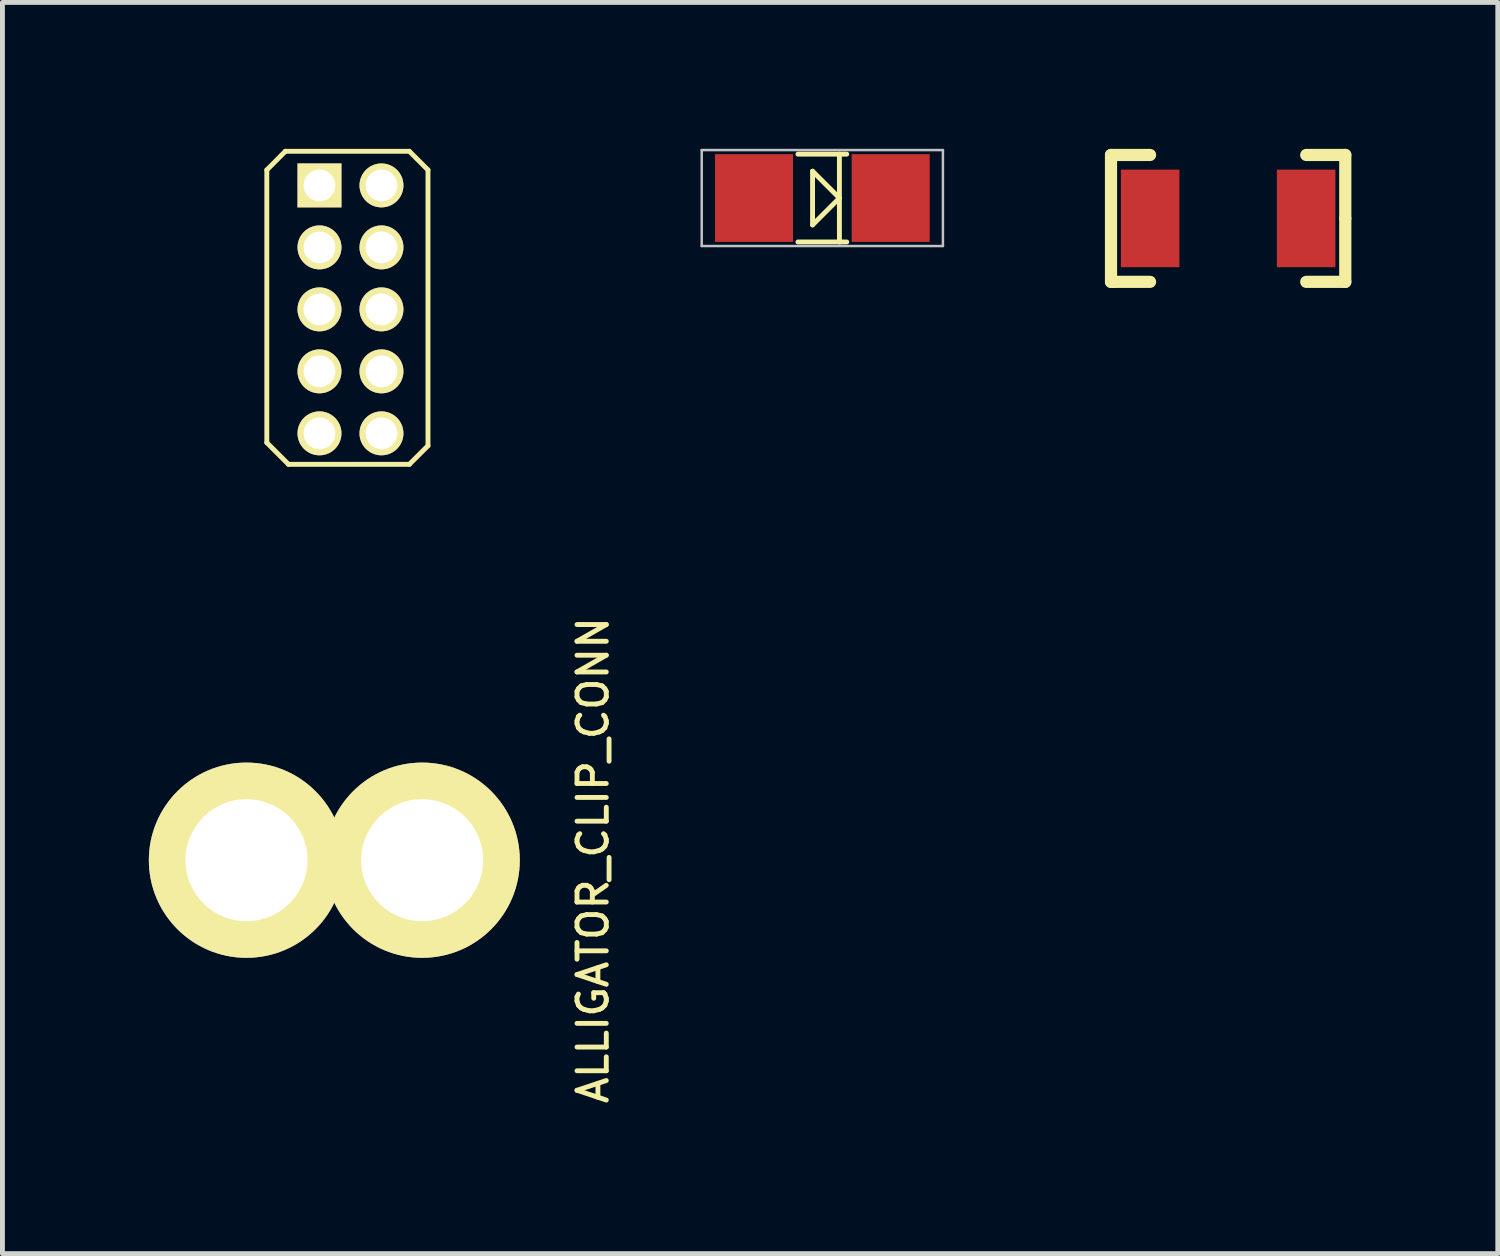
<source format=kicad_pcb>
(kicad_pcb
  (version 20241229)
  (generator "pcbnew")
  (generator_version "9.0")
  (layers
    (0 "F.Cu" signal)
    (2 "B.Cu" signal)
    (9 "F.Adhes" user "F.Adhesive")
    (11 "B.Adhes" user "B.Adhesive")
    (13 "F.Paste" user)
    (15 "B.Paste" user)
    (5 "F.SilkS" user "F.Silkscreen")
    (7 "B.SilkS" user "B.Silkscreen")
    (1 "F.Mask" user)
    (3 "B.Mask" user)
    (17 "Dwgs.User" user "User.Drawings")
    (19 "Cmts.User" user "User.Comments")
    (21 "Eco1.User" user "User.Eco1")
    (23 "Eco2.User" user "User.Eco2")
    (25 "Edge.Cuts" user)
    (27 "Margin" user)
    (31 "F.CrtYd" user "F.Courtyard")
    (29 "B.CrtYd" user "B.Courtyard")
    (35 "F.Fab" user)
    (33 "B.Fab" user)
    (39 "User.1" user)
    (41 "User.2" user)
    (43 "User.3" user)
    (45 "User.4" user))
  (footprint "1206_DIODE"
    (layer "F.Cu")
    (at 13.799 1.008)
    (property "Reference" "1206_DIODE" (at 0 0 0) (layer "Eco1.User") (effects (font (size 0.6 0.6) (thickness 0.1))))
    (attr through_hole)
    (fp_line (start -0.5 -0.9) (end 0.5 -0.9) (stroke (width 0.1) (type solid)) (layer "F.SilkS"))
    (fp_line (start -0.5 0.9) (end 0.5 0.9) (stroke (width 0.1) (type solid)) (layer "F.SilkS"))
    (fp_line (start -0.2 -0.55) (end -0.2 0.55) (stroke (width 0.1) (type solid)) (layer "F.SilkS"))
    (fp_line (start -0.2 0.55) (end 0.35 0) (stroke (width 0.1) (type solid)) (layer "F.SilkS"))
    (fp_line (start 0.35 -0.9) (end 0.35 0.9) (stroke (width 0.1) (type solid)) (layer "F.SilkS"))
    (fp_line (start 0.35 0) (end -0.2 -0.55) (stroke (width 0.1) (type solid)) (layer "F.SilkS"))
    (fp_line (start -2.471 -0.983) (end 2.471 -0.983) (stroke (width 0.051) (type solid)) (layer "Dwgs.User"))
    (fp_line (start -2.471 0.983) (end -2.471 -0.983) (stroke (width 0.051) (type solid)) (layer "Dwgs.User"))
    (fp_line (start 2.471 -0.983) (end 2.471 0.983) (stroke (width 0.051) (type solid)) (layer "Dwgs.User"))
    (fp_line (start 2.471 0.983) (end -2.471 0.983) (stroke (width 0.051) (type solid)) (layer "Dwgs.User"))
    (pad "A" smd rect (at -1.4 0) (size 1.598 1.798) (layers "F.Cu" "F.Mask" "F.Paste"))
    (pad "K" smd rect (at 1.4 0) (size 1.598 1.798) (layers "F.Cu" "F.Mask" "F.Paste")))
  (footprint "2X5_127MMPITCH"
    (layer "F.Cu")
    (at 3.496 5.829)
    (property "Reference" "2X5_127MMPITCH" (at 0.508 -4.445 180) (layer "Eco1.User") (effects (font (size 0.6 0.6) (thickness 0.1))))
    (attr through_hole)
    (fp_line (start -1.079 -5.397) (end -1.079 0.191) (stroke (width 0.1) (type solid)) (layer "F.SilkS"))
    (fp_line (start -0.699 -5.779) (end -1.079 -5.397) (stroke (width 0.1) (type solid)) (layer "F.SilkS"))
    (fp_line (start -0.699 -5.779) (end 1.841 -5.779) (stroke (width 0.1) (type solid)) (layer "F.SilkS"))
    (fp_line (start -0.635 0.635) (end -1.079 0.191) (stroke (width 0.1) (type solid)) (layer "F.SilkS"))
    (fp_line (start -0.635 0.635) (end 1.841 0.635) (stroke (width 0.1) (type solid)) (layer "F.SilkS"))
    (fp_line (start 1.841 0.635) (end 2.223 0.254) (stroke (width 0.1) (type solid)) (layer "F.SilkS"))
    (fp_line (start 2.223 -5.397) (end 1.841 -5.779) (stroke (width 0.1) (type solid)) (layer "F.SilkS"))
    (fp_line (start 2.223 0.254) (end 2.223 -5.397) (stroke (width 0.1) (type solid)) (layer "F.SilkS"))
    (pad "1" thru_hole rect (at 0 -5.08) (size 0.9 0.9) (drill 0.65) (layers "*.Cu" "*.Mask" "F.SilkS"))
    (pad "2" thru_hole circle (at 1.27 -5.08) (size 0.9 0.9) (drill 0.65) (layers "*.Cu" "*.Mask" "F.SilkS"))
    (pad "3" thru_hole circle (at 0 -3.81) (size 0.9 0.9) (drill 0.65) (layers "*.Cu" "*.Mask" "F.SilkS"))
    (pad "4" thru_hole circle (at 1.27 -3.81) (size 0.9 0.9) (drill 0.65) (layers "*.Cu" "*.Mask" "F.SilkS"))
    (pad "5" thru_hole circle (at 0 -2.54) (size 0.9 0.9) (drill 0.65) (layers "*.Cu" "*.Mask" "F.SilkS"))
    (pad "6" thru_hole circle (at 1.27 -2.54) (size 0.9 0.9) (drill 0.65) (layers "*.Cu" "*.Mask" "F.SilkS"))
    (pad "7" thru_hole circle (at 0 -1.27) (size 0.9 0.9) (drill 0.65) (layers "*.Cu" "*.Mask" "F.SilkS"))
    (pad "8" thru_hole circle (at 1.27 -1.27) (size 0.9 0.9) (drill 0.65) (layers "*.Cu" "*.Mask" "F.SilkS"))
    (pad "9" thru_hole circle (at 0 0) (size 0.9 0.9) (drill 0.65) (layers "*.Cu" "*.Mask" "F.SilkS"))
    (pad "10" thru_hole circle (at 1.27 0) (size 0.9 0.9) (drill 0.65) (layers "*.Cu" "*.Mask" "F.SilkS")))
  (footprint "ALLIGATOR_CLIP_CONN"
    (layer "F.Cu")
    (at 3.8 14.575)
    (property "Reference" "ALLIGATOR_CLIP_CONN" (at 5.3 0 90) (layer "F.SilkS") (effects (font (size 0.6 0.6) (thickness 0.1))))
    (attr through_hole)
    (pad "1" thru_hole circle (at -1.8 0) (size 4 4) (drill 2.5) (layers "*.Cu" "*.Mask" "F.SilkS"))
    (pad "1" thru_hole circle (at 1.8 0) (size 4 4) (drill 2.5) (layers "*.Cu" "*.Mask" "F.SilkS")))
  (footprint "1210_CAP"
    (layer "F.Cu")
    (at 22.114 1.425)
    (property "Reference" "1210_CAP" (at 0 0 0) (layer "Eco1.User") (effects (font (size 0.6 0.6) (thickness 0.1))))
    (attr through_hole)
    (fp_line (start -2.4 -1.3) (end -1.6 -1.3) (stroke (width 0.25) (type solid)) (layer "F.SilkS"))
    (fp_line (start -2.4 1.3) (end -2.4 -1.3) (stroke (width 0.25) (type solid)) (layer "F.SilkS"))
    (fp_line (start -2.35 1.3) (end -2.4 1.3) (stroke (width 0.25) (type solid)) (layer "F.SilkS"))
    (fp_line (start -1.6 1.3) (end -2.35 1.3) (stroke (width 0.25) (type solid)) (layer "F.SilkS"))
    (fp_line (start 1.6 -1.3) (end 2.4 -1.3) (stroke (width 0.25) (type solid)) (layer "F.SilkS"))
    (fp_line (start 1.6 1.3) (end 2.4 1.3) (stroke (width 0.25) (type solid)) (layer "F.SilkS"))
    (fp_line (start 2.4 -1.3) (end 2.4 0) (stroke (width 0.25) (type solid)) (layer "F.SilkS"))
    (fp_line (start 2.4 1.3) (end 2.4 0) (stroke (width 0.25) (type solid)) (layer "F.SilkS"))
    (pad "1" smd rect (at -1.598 0) (size 1.199 1.999) (layers "F.Cu" "F.Mask" "F.Paste"))
    (pad "2" smd rect (at 1.598 0) (size 1.199 1.999) (layers "F.Cu" "F.Mask" "F.Paste")))
  (gr_rect
    (start -3 -3)
    (end 27.639 22.636)
    (stroke (width 0.1) (type default))
    (fill no)
    (layer "Edge.Cuts")))
</source>
